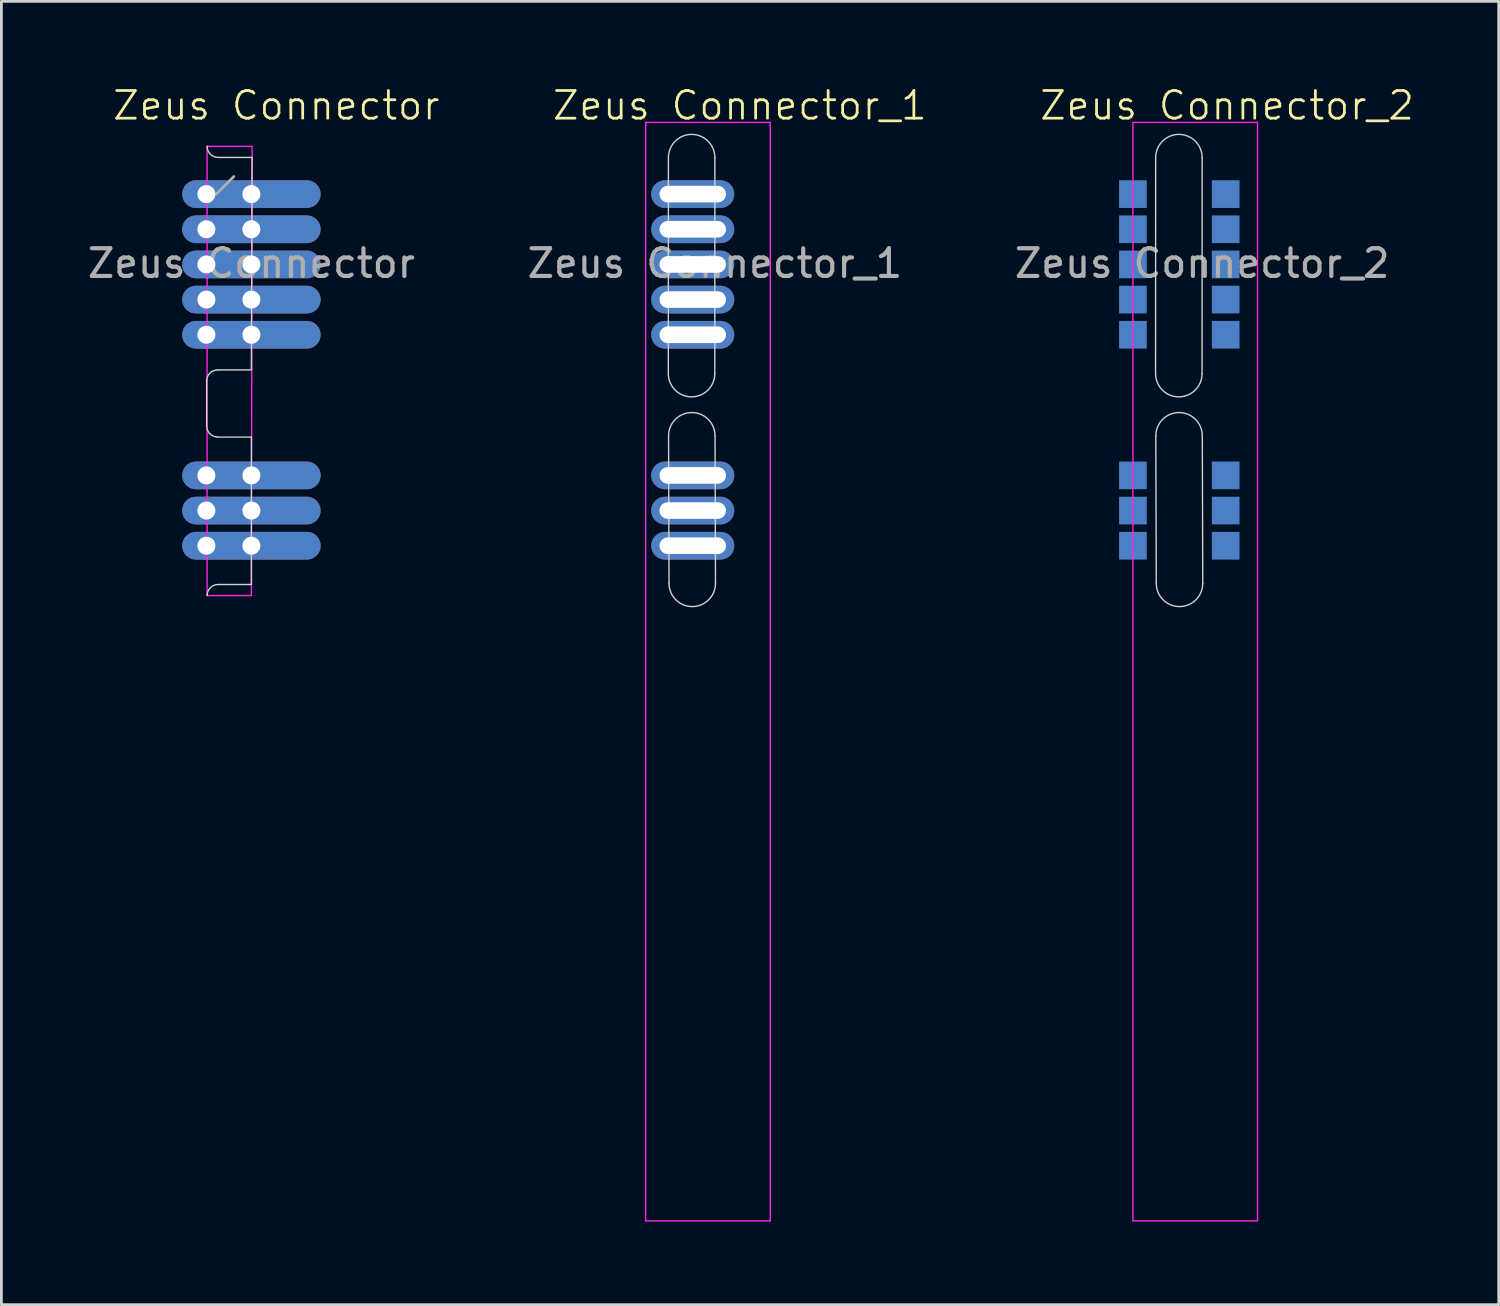
<source format=kicad_pcb>
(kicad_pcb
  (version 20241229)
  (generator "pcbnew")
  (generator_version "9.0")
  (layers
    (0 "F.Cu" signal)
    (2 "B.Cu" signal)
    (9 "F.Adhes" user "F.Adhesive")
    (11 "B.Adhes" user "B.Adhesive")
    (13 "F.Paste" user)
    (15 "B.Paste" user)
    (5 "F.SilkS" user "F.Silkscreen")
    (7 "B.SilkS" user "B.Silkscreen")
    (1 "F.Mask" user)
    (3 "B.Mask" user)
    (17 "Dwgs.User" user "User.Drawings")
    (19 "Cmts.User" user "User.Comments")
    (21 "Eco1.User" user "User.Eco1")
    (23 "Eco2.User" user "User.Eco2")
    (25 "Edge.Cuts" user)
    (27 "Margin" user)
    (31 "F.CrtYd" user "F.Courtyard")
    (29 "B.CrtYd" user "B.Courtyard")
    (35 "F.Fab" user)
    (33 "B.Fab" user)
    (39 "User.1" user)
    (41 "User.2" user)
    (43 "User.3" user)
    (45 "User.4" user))
  (footprint "Zeus Connector_2"
    (layer "F.Cu")
    (at 40.37 3.961)
    (property "Reference" "Zeus Connector_2" (at 0.9 -3.2 0) (unlocked yes) (layer "F.SilkS") (effects (font (size 1 1) (thickness 0.1))))
    (attr through_hole)
    (fp_line (start -1.682 6.471) (end -1.679 -1.314) (stroke (width 0.05) (type default)) (layer "Edge.Cuts"))
    (fp_line (start -1.657 14.046) (end -1.673 8.732) (stroke (width 0.05) (type default)) (layer "Edge.Cuts"))
    (fp_line (start -0.000001 -1.3) (end -0.003 6.486) (stroke (width 0.05) (type default)) (layer "Edge.Cuts"))
    (fp_line (start 0.006 8.747) (end 0.022 14.061) (stroke (width 0.05) (type default)) (layer "Edge.Cuts"))
    (fp_arc (start -1.678842 -1.314359) (mid -0.83218 -2.153811) (end -0.000001 -1.3) (stroke (width 0.05) (type default)) (layer "Edge.Cuts"))
    (fp_arc (start -1.673332 8.732226) (mid -0.82667 7.892774) (end 0.005509 8.746585) (stroke (width 0.05) (type default)) (layer "Edge.Cuts"))
    (fp_arc (start -0.003338 6.485548) (mid -0.85 7.325) (end -1.682179 6.471189) (stroke (width 0.05) (type default)) (layer "Edge.Cuts"))
    (fp_arc (start 0.021662 14.060548) (mid -0.825 14.9) (end -1.657179 14.046189) (stroke (width 0.05) (type default)) (layer "Edge.Cuts"))
    (fp_line (start -2.5 37.087) (end -2.5 -2.59) (stroke (width 0.05) (type solid)) (layer "F.CrtYd"))
    (fp_line (start 2 -2.59) (end -2.5 -2.59) (stroke (width 0.05) (type solid)) (layer "F.CrtYd"))
    (fp_line (start 2 37.087) (end -2.5 37.087) (stroke (width 0.05) (type solid)) (layer "F.CrtYd"))
    (fp_line (start 2 37.087) (end 2 -2.59) (stroke (width 0.05) (type solid)) (layer "F.CrtYd"))
    (fp_text user "${REFERENCE}" (at 0 2.5 0) (unlocked yes) (layer "F.Fab") (effects (font (size 1 1) (thickness 0.15))))
    (pad "" smd rect (at 0.85 0) (size 1 1) (layers "B.Cu" "B.Mask" "B.Paste"))
    (pad "" smd rect (at 0.85 1.27) (size 1 1) (layers "B.Cu" "B.Mask" "B.Paste"))
    (pad "" smd rect (at 0.85 2.54) (size 1 1) (layers "B.Cu" "B.Mask" "B.Paste"))
    (pad "" smd rect (at 0.85 3.81) (size 1 1) (layers "B.Cu" "B.Mask" "B.Paste"))
    (pad "" smd rect (at 0.85 5.08) (size 1 1) (layers "B.Cu" "B.Mask" "B.Paste"))
    (pad "" smd rect (at 0.85 10.16) (size 1 1) (layers "B.Cu" "B.Mask" "B.Paste"))
    (pad "" smd rect (at 0.85 11.43) (size 1 1) (layers "B.Cu" "B.Mask" "B.Paste"))
    (pad "" smd rect (at 0.85 12.7) (size 1 1) (layers "B.Cu" "B.Mask" "B.Paste"))
    (pad "1" smd rect (at -2.5 0) (size 1 1) (layers "B.Cu" "B.Mask" "B.Paste"))
    (pad "2" smd rect (at -2.5 1.27) (size 1 1) (layers "B.Cu" "B.Mask" "B.Paste"))
    (pad "3" smd rect (at -2.5 2.54) (size 1 1) (layers "B.Cu" "B.Mask" "B.Paste"))
    (pad "4" smd rect (at -2.5 3.81) (size 1 1) (layers "B.Cu" "B.Mask" "B.Paste"))
    (pad "5" smd rect (at -2.5 5.08) (size 1 1) (layers "B.Cu" "B.Mask" "B.Paste"))
    (pad "6" smd rect (at -2.5 10.16) (size 1 1) (layers "B.Cu" "B.Mask" "B.Paste"))
    (pad "7" smd rect (at -2.5 11.43) (size 1 1) (layers "B.Cu" "B.Mask" "B.Paste"))
    (pad "8" smd rect (at -2.5 12.7) (size 1 1) (layers "B.Cu" "B.Mask" "B.Paste")))
  (footprint "Zeus Connector_1"
    (layer "F.Cu")
    (at 22.771 3.961)
    (property "Reference" "Zeus Connector_1" (at 0.9 -3.2 0) (unlocked yes) (layer "F.SilkS") (effects (font (size 1 1) (thickness 0.1))))
    (attr through_hole)
    (fp_line (start -1.682 6.471) (end -1.679 -1.314) (stroke (width 0.05) (type default)) (layer "Edge.Cuts"))
    (fp_line (start -1.657 14.046) (end -1.673 8.732) (stroke (width 0.05) (type default)) (layer "Edge.Cuts"))
    (fp_line (start -0.000001 -1.3) (end -0.003 6.486) (stroke (width 0.05) (type default)) (layer "Edge.Cuts"))
    (fp_line (start 0.006 8.747) (end 0.022 14.061) (stroke (width 0.05) (type default)) (layer "Edge.Cuts"))
    (fp_arc (start -1.678842 -1.314359) (mid -0.83218 -2.153811) (end -0.000001 -1.3) (stroke (width 0.05) (type default)) (layer "Edge.Cuts"))
    (fp_arc (start -1.673332 8.732226) (mid -0.82667 7.892774) (end 0.005509 8.746585) (stroke (width 0.05) (type default)) (layer "Edge.Cuts"))
    (fp_arc (start -0.003338 6.485548) (mid -0.85 7.325) (end -1.682179 6.471189) (stroke (width 0.05) (type default)) (layer "Edge.Cuts"))
    (fp_arc (start 0.021662 14.060548) (mid -0.825 14.9) (end -1.657179 14.046189) (stroke (width 0.05) (type default)) (layer "Edge.Cuts"))
    (fp_line (start -2.5 37.087) (end -2.5 -2.59) (stroke (width 0.05) (type solid)) (layer "F.CrtYd"))
    (fp_line (start 2 -2.59) (end -2.5 -2.59) (stroke (width 0.05) (type solid)) (layer "F.CrtYd"))
    (fp_line (start 2 37.087) (end -2.5 37.087) (stroke (width 0.05) (type solid)) (layer "F.CrtYd"))
    (fp_line (start 2 37.087) (end 2 -2.59) (stroke (width 0.05) (type solid)) (layer "F.CrtYd"))
    (fp_text user "${REFERENCE}" (at 0 2.5 0) (unlocked yes) (layer "F.Fab") (effects (font (size 1 1) (thickness 0.15))))
    (pad "1" thru_hole oval (at -0.8 0) (size 3 1) (drill oval 2.4 0.6) (property pad_prop_castellated) (layers "*.Cu" "*.Mask"))
    (pad "2" thru_hole oval (at -0.8 1.27) (size 3 1) (drill oval 2.4 0.6) (property pad_prop_castellated) (layers "*.Cu" "*.Mask"))
    (pad "3" thru_hole oval (at -0.8 2.54) (size 3 1) (drill oval 2.4 0.6) (property pad_prop_castellated) (layers "*.Cu" "*.Mask"))
    (pad "4" thru_hole oval (at -0.8 3.81) (size 3 1) (drill oval 2.4 0.6) (property pad_prop_castellated) (layers "*.Cu" "*.Mask"))
    (pad "5" thru_hole oval (at -0.8 5.08) (size 3 1) (drill oval 2.4 0.6) (property pad_prop_castellated) (layers "*.Cu" "*.Mask"))
    (pad "6" thru_hole oval (at -0.8 10.16) (size 3 1) (drill oval 2.4 0.6) (property pad_prop_castellated) (layers "*.Cu" "*.Mask"))
    (pad "7" thru_hole oval (at -0.8 11.43) (size 3 1) (drill oval 2.4 0.6) (property pad_prop_castellated) (layers "*.Cu" "*.Mask"))
    (pad "8" thru_hole oval (at -0.8 12.7) (size 3 1) (drill oval 2.4 0.6) (property pad_prop_castellated) (layers "*.Cu" "*.Mask")))
  (footprint "Zeus Connector"
    (layer "F.Cu")
    (at 6.03 3.961)
    (property "Reference" "Zeus Connector" (at 0.9 -3.2 0) (unlocked yes) (layer "F.SilkS") (effects (font (size 1 1) (thickness 0.1))))
    (attr through_hole)
    (fp_line (start -1.617 6.75) (end -1.617 8.367) (stroke (width 0.05) (type default)) (layer "Edge.Cuts"))
    (fp_line (start -1.217 8.775) (end 0 8.775) (stroke (width 0.05) (type default)) (layer "Edge.Cuts"))
    (fp_line (start 0 6.35) (end -1.217 6.35) (stroke (width 0.05) (type default)) (layer "Edge.Cuts"))
    (fp_line (start 0 6.35) (end 0.025 -1.325) (stroke (width 0.05) (type default)) (layer "Edge.Cuts"))
    (fp_line (start 0 14.1) (end -1.2 14.1) (stroke (width 0.05) (type default)) (layer "Edge.Cuts"))
    (fp_line (start 0 14.1) (end 0 8.775) (stroke (width 0.05) (type default)) (layer "Edge.Cuts"))
    (fp_line (start 0.025 -1.325) (end -1.2 -1.325) (stroke (width 0.05) (type default)) (layer "Edge.Cuts"))
    (fp_arc (start -1.617157 6.75) (mid -1.5 6.467157) (end -1.217157 6.35) (stroke (width 0.05) (type default)) (layer "Edge.Cuts"))
    (fp_arc (start -1.6 14.5) (mid -1.482843 14.217157) (end -1.2 14.1) (stroke (width 0.05) (type default)) (layer "Edge.Cuts"))
    (fp_arc (start -1.217157 8.775) (mid -1.501624 8.653921) (end -1.617157 8.367157) (stroke (width 0.05) (type default)) (layer "Edge.Cuts"))
    (fp_arc (start -1.2 -1.325) (mid -1.482843 -1.442157) (end -1.6 -1.725) (stroke (width 0.05) (type default)) (layer "Edge.Cuts"))
    (fp_line (start -1.6 -1.725) (end -1.6 14.5) (stroke (width 0.05) (type solid)) (layer "F.CrtYd"))
    (fp_line (start -1.6 14.5) (end 0 14.5) (stroke (width 0.05) (type solid)) (layer "F.CrtYd"))
    (fp_line (start 0 14.5) (end 0.025 -1.725) (stroke (width 0.05) (type solid)) (layer "F.CrtYd"))
    (fp_line (start 0.025 -1.725) (end -1.6 -1.725) (stroke (width 0.05) (type solid)) (layer "F.CrtYd"))
    (fp_line (start -0.635 -0.635) (end -1.27 0) (stroke (width 0.1) (type default)) (layer "F.Fab"))
    (fp_text user "${REFERENCE}" (at 0 2.5 0) (unlocked yes) (layer "F.Fab") (effects (font (size 1 1) (thickness 0.15))))
    (pad "1" thru_hole circle (at -1.625 0) (size 1 1) (drill 0.65) (property pad_prop_castellated) (layers "*.Cu" "*.Mask"))
    (pad "1" thru_hole oval (at 0 0) (size 5 1) (drill 0.65) (property pad_prop_castellated) (layers "*.Cu" "*.Mask"))
    (pad "2" thru_hole circle (at -1.625 1.27) (size 1 1) (drill 0.65) (property pad_prop_castellated) (layers "*.Cu" "*.Mask"))
    (pad "2" thru_hole oval (at 0 1.27) (size 5 1) (drill 0.65) (property pad_prop_castellated) (layers "*.Cu" "*.Mask"))
    (pad "3" thru_hole circle (at -1.625 2.54) (size 1 1) (drill 0.65) (property pad_prop_castellated) (layers "*.Cu" "*.Mask"))
    (pad "3" thru_hole oval (at 0 2.54) (size 5 1) (drill 0.65) (property pad_prop_castellated) (layers "*.Cu" "*.Mask"))
    (pad "4" thru_hole circle (at -1.625 3.81) (size 1 1) (drill 0.65) (property pad_prop_castellated) (layers "*.Cu" "*.Mask"))
    (pad "4" thru_hole oval (at 0 3.81) (size 5 1) (drill 0.65) (property pad_prop_castellated) (layers "*.Cu" "*.Mask"))
    (pad "5" thru_hole circle (at -1.625 5.08) (size 1 1) (drill 0.65) (property pad_prop_castellated) (layers "*.Cu" "*.Mask"))
    (pad "5" thru_hole oval (at 0 5.08) (size 5 1) (drill 0.65) (property pad_prop_castellated) (layers "*.Cu" "*.Mask"))
    (pad "6" thru_hole circle (at -1.625 10.16) (size 1 1) (drill 0.65) (property pad_prop_castellated) (layers "*.Cu" "*.Mask"))
    (pad "6" thru_hole oval (at 0 10.16) (size 5 1) (drill 0.65) (property pad_prop_castellated) (layers "*.Cu" "*.Mask"))
    (pad "7" thru_hole circle (at -1.625 11.43) (size 1 1) (drill 0.65) (property pad_prop_castellated) (layers "*.Cu" "*.Mask"))
    (pad "7" thru_hole oval (at 0 11.43) (size 5 1) (drill 0.65) (property pad_prop_castellated) (layers "*.Cu" "*.Mask"))
    (pad "8" thru_hole circle (at -1.625 12.7) (size 1 1) (drill 0.65) (property pad_prop_castellated) (layers "*.Cu" "*.Mask"))
    (pad "8" thru_hole oval (at 0 12.7) (size 5 1) (drill 0.65) (property pad_prop_castellated) (layers "*.Cu" "*.Mask")))
  (gr_rect
    (start -3 -3)
    (end 51.082 44.072)
    (stroke (width 0.1) (type default))
    (fill no)
    (layer "Edge.Cuts")))
</source>
